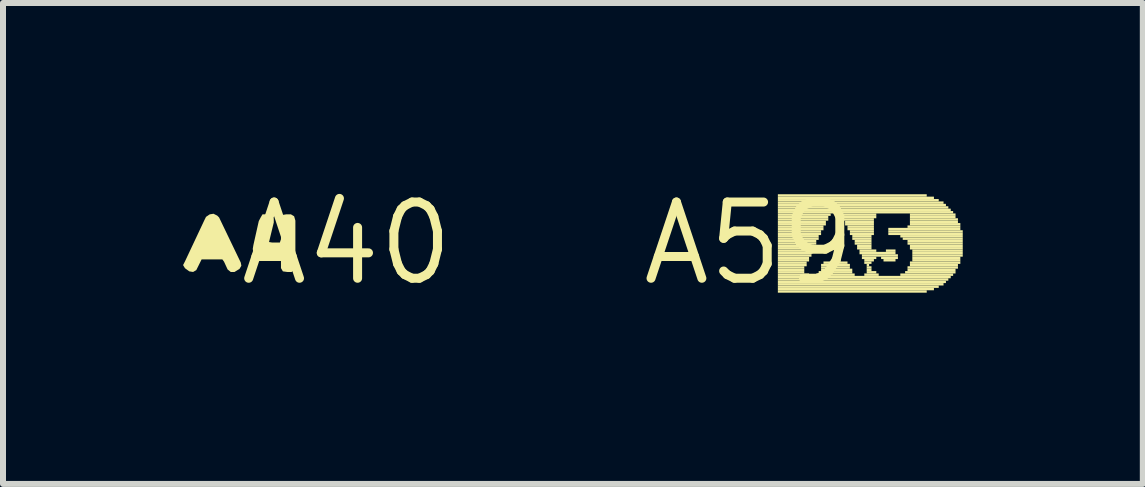
<source format=kicad_pcb>
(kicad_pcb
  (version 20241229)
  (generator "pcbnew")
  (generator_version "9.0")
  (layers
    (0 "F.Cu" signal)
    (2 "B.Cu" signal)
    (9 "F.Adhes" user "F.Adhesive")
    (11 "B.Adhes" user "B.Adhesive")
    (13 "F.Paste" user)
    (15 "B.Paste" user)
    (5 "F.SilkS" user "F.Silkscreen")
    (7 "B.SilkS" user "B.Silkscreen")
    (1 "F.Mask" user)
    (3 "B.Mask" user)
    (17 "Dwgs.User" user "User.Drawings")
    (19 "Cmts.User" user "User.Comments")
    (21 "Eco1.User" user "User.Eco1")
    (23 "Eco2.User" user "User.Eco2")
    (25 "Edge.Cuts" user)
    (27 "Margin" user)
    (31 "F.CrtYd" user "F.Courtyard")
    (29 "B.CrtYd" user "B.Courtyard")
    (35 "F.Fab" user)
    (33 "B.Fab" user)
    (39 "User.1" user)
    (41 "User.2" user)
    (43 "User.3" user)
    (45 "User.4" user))
  (footprint "A59"
    (layer "F.Cu")
    (at 9.429 1.006)
    (property "Reference" "A59" (at 0 0 0) (layer "F.SilkS") (effects (font (size 1.27 1.27) (thickness 0.15))))
    (fp_poly (pts (xy 0.48 -0.78) (xy 2.96 -0.78) (xy 2.96 -0.82) (xy 0.48 -0.82)) (stroke (width 0) (type default)) (fill yes) (layer "F.SilkS"))
    (fp_poly (pts (xy 0.48 -0.74) (xy 3.08 -0.74) (xy 3.08 -0.78) (xy 0.48 -0.78)) (stroke (width 0) (type default)) (fill yes) (layer "F.SilkS"))
    (fp_poly (pts (xy 0.48 -0.7) (xy 3.16 -0.7) (xy 3.16 -0.74) (xy 0.48 -0.74)) (stroke (width 0) (type default)) (fill yes) (layer "F.SilkS"))
    (fp_poly (pts (xy 0.48 -0.66) (xy 3.24 -0.66) (xy 3.24 -0.7) (xy 0.48 -0.7)) (stroke (width 0) (type default)) (fill yes) (layer "F.SilkS"))
    (fp_poly (pts (xy 0.48 -0.62) (xy 3.28 -0.62) (xy 3.28 -0.66) (xy 0.48 -0.66)) (stroke (width 0) (type default)) (fill yes) (layer "F.SilkS"))
    (fp_poly (pts (xy 0.48 -0.58) (xy 3.32 -0.58) (xy 3.32 -0.62) (xy 0.48 -0.62)) (stroke (width 0) (type default)) (fill yes) (layer "F.SilkS"))
    (fp_poly (pts (xy 0.48 -0.54) (xy 3.36 -0.54) (xy 3.36 -0.58) (xy 0.48 -0.58)) (stroke (width 0) (type default)) (fill yes) (layer "F.SilkS"))
    (fp_poly (pts (xy 0.48 -0.5) (xy 3.4 -0.5) (xy 3.4 -0.54) (xy 0.48 -0.54)) (stroke (width 0) (type default)) (fill yes) (layer "F.SilkS"))
    (fp_poly (pts (xy 0.48 -0.46) (xy 1.36 -0.46) (xy 1.36 -0.5) (xy 0.48 -0.5)) (stroke (width 0) (type default)) (fill yes) (layer "F.SilkS"))
    (fp_poly (pts (xy 0.48 -0.42) (xy 1.32 -0.42) (xy 1.32 -0.46) (xy 0.48 -0.46)) (stroke (width 0) (type default)) (fill yes) (layer "F.SilkS"))
    (fp_poly (pts (xy 0.48 -0.38) (xy 1.32 -0.38) (xy 1.32 -0.42) (xy 0.48 -0.42)) (stroke (width 0) (type default)) (fill yes) (layer "F.SilkS"))
    (fp_poly (pts (xy 0.48 -0.34) (xy 1.28 -0.34) (xy 1.28 -0.38) (xy 0.48 -0.38)) (stroke (width 0) (type default)) (fill yes) (layer "F.SilkS"))
    (fp_poly (pts (xy 0.48 -0.3) (xy 1.28 -0.3) (xy 1.28 -0.34) (xy 0.48 -0.34)) (stroke (width 0) (type default)) (fill yes) (layer "F.SilkS"))
    (fp_poly (pts (xy 0.48 -0.26) (xy 1.24 -0.26) (xy 1.24 -0.3) (xy 0.48 -0.3)) (stroke (width 0) (type default)) (fill yes) (layer "F.SilkS"))
    (fp_poly (pts (xy 0.48 -0.22) (xy 1.24 -0.22) (xy 1.24 -0.26) (xy 0.48 -0.26)) (stroke (width 0) (type default)) (fill yes) (layer "F.SilkS"))
    (fp_poly (pts (xy 0.48 -0.18) (xy 1.2 -0.18) (xy 1.2 -0.22) (xy 0.48 -0.22)) (stroke (width 0) (type default)) (fill yes) (layer "F.SilkS"))
    (fp_poly (pts (xy 0.48 -0.14) (xy 1.2 -0.14) (xy 1.2 -0.18) (xy 0.48 -0.18)) (stroke (width 0) (type default)) (fill yes) (layer "F.SilkS"))
    (fp_poly (pts (xy 0.48 -0.1) (xy 1.16 -0.1) (xy 1.16 -0.14) (xy 0.48 -0.14)) (stroke (width 0) (type default)) (fill yes) (layer "F.SilkS"))
    (fp_poly (pts (xy 0.48 -0.06) (xy 1.16 -0.06) (xy 1.16 -0.1) (xy 0.48 -0.1)) (stroke (width 0) (type default)) (fill yes) (layer "F.SilkS"))
    (fp_poly (pts (xy 0.48 -0.02) (xy 1.12 -0.02) (xy 1.12 -0.06) (xy 0.48 -0.06)) (stroke (width 0) (type default)) (fill yes) (layer "F.SilkS"))
    (fp_poly (pts (xy 0.48 0.02) (xy 1.12 0.02) (xy 1.12 -0.02) (xy 0.48 -0.02)) (stroke (width 0) (type default)) (fill yes) (layer "F.SilkS"))
    (fp_poly (pts (xy 0.48 0.06) (xy 1.08 0.06) (xy 1.08 0.02) (xy 0.48 0.02)) (stroke (width 0) (type default)) (fill yes) (layer "F.SilkS"))
    (fp_poly (pts (xy 0.48 0.1) (xy 1.08 0.1) (xy 1.08 0.06) (xy 0.48 0.06)) (stroke (width 0) (type default)) (fill yes) (layer "F.SilkS"))
    (fp_poly (pts (xy 0.48 0.14) (xy 1.08 0.14) (xy 1.08 0.1) (xy 0.48 0.1)) (stroke (width 0) (type default)) (fill yes) (layer "F.SilkS"))
    (fp_poly (pts (xy 0.48 0.18) (xy 1.04 0.18) (xy 1.04 0.14) (xy 0.48 0.14)) (stroke (width 0) (type default)) (fill yes) (layer "F.SilkS"))
    (fp_poly (pts (xy 0.48 0.22) (xy 1.04 0.22) (xy 1.04 0.18) (xy 0.48 0.18)) (stroke (width 0) (type default)) (fill yes) (layer "F.SilkS"))
    (fp_poly (pts (xy 0.48 0.26) (xy 1 0.26) (xy 1 0.22) (xy 0.48 0.22)) (stroke (width 0) (type default)) (fill yes) (layer "F.SilkS"))
    (fp_poly (pts (xy 0.48 0.3) (xy 1 0.3) (xy 1 0.26) (xy 0.48 0.26)) (stroke (width 0) (type default)) (fill yes) (layer "F.SilkS"))
    (fp_poly (pts (xy 0.48 0.34) (xy 0.96 0.34) (xy 0.96 0.3) (xy 0.48 0.3)) (stroke (width 0) (type default)) (fill yes) (layer "F.SilkS"))
    (fp_poly (pts (xy 0.48 0.38) (xy 0.96 0.38) (xy 0.96 0.34) (xy 0.48 0.34)) (stroke (width 0) (type default)) (fill yes) (layer "F.SilkS"))
    (fp_poly (pts (xy 0.48 0.42) (xy 0.92 0.42) (xy 0.92 0.38) (xy 0.48 0.38)) (stroke (width 0) (type default)) (fill yes) (layer "F.SilkS"))
    (fp_poly (pts (xy 0.48 0.46) (xy 0.92 0.46) (xy 0.92 0.42) (xy 0.48 0.42)) (stroke (width 0) (type default)) (fill yes) (layer "F.SilkS"))
    (fp_poly (pts (xy 0.48 0.5) (xy 0.92 0.5) (xy 0.92 0.46) (xy 0.48 0.46)) (stroke (width 0) (type default)) (fill yes) (layer "F.SilkS"))
    (fp_poly (pts (xy 0.48 0.54) (xy 1 0.54) (xy 1 0.5) (xy 0.48 0.5)) (stroke (width 0) (type default)) (fill yes) (layer "F.SilkS"))
    (fp_poly (pts (xy 0.48 0.58) (xy 3.36 0.58) (xy 3.36 0.54) (xy 0.48 0.54)) (stroke (width 0) (type default)) (fill yes) (layer "F.SilkS"))
    (fp_poly (pts (xy 0.48 0.62) (xy 3.32 0.62) (xy 3.32 0.58) (xy 0.48 0.58)) (stroke (width 0) (type default)) (fill yes) (layer "F.SilkS"))
    (fp_poly (pts (xy 0.48 0.66) (xy 3.28 0.66) (xy 3.28 0.62) (xy 0.48 0.62)) (stroke (width 0) (type default)) (fill yes) (layer "F.SilkS"))
    (fp_poly (pts (xy 0.48 0.7) (xy 3.24 0.7) (xy 3.24 0.66) (xy 0.48 0.66)) (stroke (width 0) (type default)) (fill yes) (layer "F.SilkS"))
    (fp_poly (pts (xy 0.48 0.74) (xy 3.16 0.74) (xy 3.16 0.7) (xy 0.48 0.7)) (stroke (width 0) (type default)) (fill yes) (layer "F.SilkS"))
    (fp_poly (pts (xy 0.48 0.78) (xy 3.08 0.78) (xy 3.08 0.74) (xy 0.48 0.74)) (stroke (width 0) (type default)) (fill yes) (layer "F.SilkS"))
    (fp_poly (pts (xy 0.48 0.82) (xy 2.96 0.82) (xy 2.96 0.78) (xy 0.48 0.78)) (stroke (width 0) (type default)) (fill yes) (layer "F.SilkS"))
    (fp_poly (pts (xy 1.12 0.54) (xy 1.76 0.54) (xy 1.76 0.5) (xy 1.12 0.5)) (stroke (width 0) (type default)) (fill yes) (layer "F.SilkS"))
    (fp_poly (pts (xy 1.16 0.5) (xy 1.72 0.5) (xy 1.72 0.46) (xy 1.16 0.46)) (stroke (width 0) (type default)) (fill yes) (layer "F.SilkS"))
    (fp_poly (pts (xy 1.2 0.38) (xy 1.68 0.38) (xy 1.68 0.34) (xy 1.2 0.34)) (stroke (width 0) (type default)) (fill yes) (layer "F.SilkS"))
    (fp_poly (pts (xy 1.2 0.42) (xy 1.68 0.42) (xy 1.68 0.38) (xy 1.2 0.38)) (stroke (width 0) (type default)) (fill yes) (layer "F.SilkS"))
    (fp_poly (pts (xy 1.2 0.46) (xy 1.72 0.46) (xy 1.72 0.42) (xy 1.2 0.42)) (stroke (width 0) (type default)) (fill yes) (layer "F.SilkS"))
    (fp_poly (pts (xy 1.24 0.34) (xy 1.64 0.34) (xy 1.64 0.3) (xy 1.24 0.3)) (stroke (width 0) (type default)) (fill yes) (layer "F.SilkS"))
    (fp_poly (pts (xy 1.36 0.06) (xy 1.52 0.06) (xy 1.52 0.02) (xy 1.36 0.02)) (stroke (width 0) (type default)) (fill yes) (layer "F.SilkS"))
    (fp_poly (pts (xy 1.36 0.1) (xy 1.52 0.1) (xy 1.52 0.06) (xy 1.36 0.06)) (stroke (width 0) (type default)) (fill yes) (layer "F.SilkS"))
    (fp_poly (pts (xy 1.4 -0.02) (xy 1.48 -0.02) (xy 1.48 -0.06) (xy 1.4 -0.06)) (stroke (width 0) (type default)) (fill yes) (layer "F.SilkS"))
    (fp_poly (pts (xy 1.4 0.02) (xy 1.48 0.02) (xy 1.48 -0.02) (xy 1.4 -0.02)) (stroke (width 0) (type default)) (fill yes) (layer "F.SilkS"))
    (fp_poly (pts (xy 1.52 -0.46) (xy 2.12 -0.46) (xy 2.12 -0.5) (xy 1.52 -0.5)) (stroke (width 0) (type default)) (fill yes) (layer "F.SilkS"))
    (fp_poly (pts (xy 1.56 -0.42) (xy 2.12 -0.42) (xy 2.12 -0.46) (xy 1.56 -0.46)) (stroke (width 0) (type default)) (fill yes) (layer "F.SilkS"))
    (fp_poly (pts (xy 1.56 -0.38) (xy 2.08 -0.38) (xy 2.08 -0.42) (xy 1.56 -0.42)) (stroke (width 0) (type default)) (fill yes) (layer "F.SilkS"))
    (fp_poly (pts (xy 1.6 -0.34) (xy 2.08 -0.34) (xy 2.08 -0.38) (xy 1.6 -0.38)) (stroke (width 0) (type default)) (fill yes) (layer "F.SilkS"))
    (fp_poly (pts (xy 1.6 -0.3) (xy 2.08 -0.3) (xy 2.08 -0.34) (xy 1.6 -0.34)) (stroke (width 0) (type default)) (fill yes) (layer "F.SilkS"))
    (fp_poly (pts (xy 1.64 -0.26) (xy 2.08 -0.26) (xy 2.08 -0.3) (xy 1.64 -0.3)) (stroke (width 0) (type default)) (fill yes) (layer "F.SilkS"))
    (fp_poly (pts (xy 1.64 -0.22) (xy 2.08 -0.22) (xy 2.08 -0.26) (xy 1.64 -0.26)) (stroke (width 0) (type default)) (fill yes) (layer "F.SilkS"))
    (fp_poly (pts (xy 1.68 -0.18) (xy 2.08 -0.18) (xy 2.08 -0.22) (xy 1.68 -0.22)) (stroke (width 0) (type default)) (fill yes) (layer "F.SilkS"))
    (fp_poly (pts (xy 1.68 -0.14) (xy 2.08 -0.14) (xy 2.08 -0.18) (xy 1.68 -0.18)) (stroke (width 0) (type default)) (fill yes) (layer "F.SilkS"))
    (fp_poly (pts (xy 1.72 -0.1) (xy 2.04 -0.1) (xy 2.04 -0.14) (xy 1.72 -0.14)) (stroke (width 0) (type default)) (fill yes) (layer "F.SilkS"))
    (fp_poly (pts (xy 1.72 -0.06) (xy 2.04 -0.06) (xy 2.04 -0.1) (xy 1.72 -0.1)) (stroke (width 0) (type default)) (fill yes) (layer "F.SilkS"))
    (fp_poly (pts (xy 1.76 -0.02) (xy 2.04 -0.02) (xy 2.04 -0.06) (xy 1.76 -0.06)) (stroke (width 0) (type default)) (fill yes) (layer "F.SilkS"))
    (fp_poly (pts (xy 1.76 0.02) (xy 2.04 0.02) (xy 2.04 -0.02) (xy 1.76 -0.02)) (stroke (width 0) (type default)) (fill yes) (layer "F.SilkS"))
    (fp_poly (pts (xy 1.8 0.06) (xy 2.04 0.06) (xy 2.04 0.02) (xy 1.8 0.02)) (stroke (width 0) (type default)) (fill yes) (layer "F.SilkS"))
    (fp_poly (pts (xy 1.8 0.1) (xy 2.04 0.1) (xy 2.04 0.06) (xy 1.8 0.06)) (stroke (width 0) (type default)) (fill yes) (layer "F.SilkS"))
    (fp_poly (pts (xy 1.84 0.14) (xy 2.12 0.14) (xy 2.12 0.1) (xy 1.84 0.1)) (stroke (width 0) (type default)) (fill yes) (layer "F.SilkS"))
    (fp_poly (pts (xy 1.84 0.18) (xy 2.44 0.18) (xy 2.44 0.14) (xy 1.84 0.14)) (stroke (width 0) (type default)) (fill yes) (layer "F.SilkS"))
    (fp_poly (pts (xy 1.88 0.22) (xy 2.48 0.22) (xy 2.48 0.18) (xy 1.88 0.18)) (stroke (width 0) (type default)) (fill yes) (layer "F.SilkS"))
    (fp_poly (pts (xy 1.88 0.26) (xy 2.12 0.26) (xy 2.12 0.22) (xy 1.88 0.22)) (stroke (width 0) (type default)) (fill yes) (layer "F.SilkS"))
    (fp_poly (pts (xy 1.92 0.3) (xy 2.08 0.3) (xy 2.08 0.26) (xy 1.92 0.26)) (stroke (width 0) (type default)) (fill yes) (layer "F.SilkS"))
    (fp_poly (pts (xy 1.92 0.34) (xy 2.04 0.34) (xy 2.04 0.3) (xy 1.92 0.3)) (stroke (width 0) (type default)) (fill yes) (layer "F.SilkS"))
    (fp_poly (pts (xy 1.92 0.54) (xy 2.16 0.54) (xy 2.16 0.5) (xy 1.92 0.5)) (stroke (width 0) (type default)) (fill yes) (layer "F.SilkS"))
    (fp_poly (pts (xy 1.96 0.38) (xy 2 0.38) (xy 2 0.34) (xy 1.96 0.34)) (stroke (width 0) (type default)) (fill yes) (layer "F.SilkS"))
    (fp_poly (pts (xy 1.96 0.42) (xy 2.04 0.42) (xy 2.04 0.38) (xy 1.96 0.38)) (stroke (width 0) (type default)) (fill yes) (layer "F.SilkS"))
    (fp_poly (pts (xy 1.96 0.46) (xy 2.04 0.46) (xy 2.04 0.42) (xy 1.96 0.42)) (stroke (width 0) (type default)) (fill yes) (layer "F.SilkS"))
    (fp_poly (pts (xy 1.96 0.5) (xy 2.12 0.5) (xy 2.12 0.46) (xy 1.96 0.46)) (stroke (width 0) (type default)) (fill yes) (layer "F.SilkS"))
    (fp_poly (pts (xy 2.2 0.26) (xy 2.48 0.26) (xy 2.48 0.22) (xy 2.2 0.22)) (stroke (width 0) (type default)) (fill yes) (layer "F.SilkS"))
    (fp_poly (pts (xy 2.24 0.3) (xy 2.44 0.3) (xy 2.44 0.26) (xy 2.24 0.26)) (stroke (width 0) (type default)) (fill yes) (layer "F.SilkS"))
    (fp_poly (pts (xy 2.28 0.14) (xy 2.44 0.14) (xy 2.44 0.1) (xy 2.28 0.1)) (stroke (width 0) (type default)) (fill yes) (layer "F.SilkS"))
    (fp_poly (pts (xy 2.32 -0.22) (xy 3.52 -0.22) (xy 3.52 -0.26) (xy 2.32 -0.26)) (stroke (width 0) (type default)) (fill yes) (layer "F.SilkS"))
    (fp_poly (pts (xy 2.32 -0.18) (xy 3.56 -0.18) (xy 3.56 -0.22) (xy 2.32 -0.22)) (stroke (width 0) (type default)) (fill yes) (layer "F.SilkS"))
    (fp_poly (pts (xy 2.32 -0.14) (xy 3.56 -0.14) (xy 3.56 -0.18) (xy 2.32 -0.18)) (stroke (width 0) (type default)) (fill yes) (layer "F.SilkS"))
    (fp_poly (pts (xy 2.52 -0.1) (xy 3.56 -0.1) (xy 3.56 -0.14) (xy 2.52 -0.14)) (stroke (width 0) (type default)) (fill yes) (layer "F.SilkS"))
    (fp_poly (pts (xy 2.52 0.54) (xy 3.4 0.54) (xy 3.4 0.5) (xy 2.52 0.5)) (stroke (width 0) (type default)) (fill yes) (layer "F.SilkS"))
    (fp_poly (pts (xy 2.56 -0.06) (xy 3.56 -0.06) (xy 3.56 -0.1) (xy 2.56 -0.1)) (stroke (width 0) (type default)) (fill yes) (layer "F.SilkS"))
    (fp_poly (pts (xy 2.6 0.5) (xy 3.44 0.5) (xy 3.44 0.46) (xy 2.6 0.46)) (stroke (width 0) (type default)) (fill yes) (layer "F.SilkS"))
    (fp_poly (pts (xy 2.64 -0.26) (xy 3.52 -0.26) (xy 3.52 -0.3) (xy 2.64 -0.3)) (stroke (width 0) (type default)) (fill yes) (layer "F.SilkS"))
    (fp_poly (pts (xy 2.64 -0.02) (xy 3.56 -0.02) (xy 3.56 -0.06) (xy 2.64 -0.06)) (stroke (width 0) (type default)) (fill yes) (layer "F.SilkS"))
    (fp_poly (pts (xy 2.64 0.02) (xy 3.56 0.02) (xy 3.56 -0.02) (xy 2.64 -0.02)) (stroke (width 0) (type default)) (fill yes) (layer "F.SilkS"))
    (fp_poly (pts (xy 2.64 0.42) (xy 3.48 0.42) (xy 3.48 0.38) (xy 2.64 0.38)) (stroke (width 0) (type default)) (fill yes) (layer "F.SilkS"))
    (fp_poly (pts (xy 2.64 0.46) (xy 3.44 0.46) (xy 3.44 0.42) (xy 2.64 0.42)) (stroke (width 0) (type default)) (fill yes) (layer "F.SilkS"))
    (fp_poly (pts (xy 2.68 -0.46) (xy 3.44 -0.46) (xy 3.44 -0.5) (xy 2.68 -0.5)) (stroke (width 0) (type default)) (fill yes) (layer "F.SilkS"))
    (fp_poly (pts (xy 2.68 -0.42) (xy 3.44 -0.42) (xy 3.44 -0.46) (xy 2.68 -0.46)) (stroke (width 0) (type default)) (fill yes) (layer "F.SilkS"))
    (fp_poly (pts (xy 2.68 -0.38) (xy 3.48 -0.38) (xy 3.48 -0.42) (xy 2.68 -0.42)) (stroke (width 0) (type default)) (fill yes) (layer "F.SilkS"))
    (fp_poly (pts (xy 2.68 -0.34) (xy 3.48 -0.34) (xy 3.48 -0.38) (xy 2.68 -0.38)) (stroke (width 0) (type default)) (fill yes) (layer "F.SilkS"))
    (fp_poly (pts (xy 2.68 -0.3) (xy 3.52 -0.3) (xy 3.52 -0.34) (xy 2.68 -0.34)) (stroke (width 0) (type default)) (fill yes) (layer "F.SilkS"))
    (fp_poly (pts (xy 2.68 0.06) (xy 3.56 0.06) (xy 3.56 0.02) (xy 2.68 0.02)) (stroke (width 0) (type default)) (fill yes) (layer "F.SilkS"))
    (fp_poly (pts (xy 2.68 0.1) (xy 3.56 0.1) (xy 3.56 0.06) (xy 2.68 0.06)) (stroke (width 0) (type default)) (fill yes) (layer "F.SilkS"))
    (fp_poly (pts (xy 2.68 0.34) (xy 3.52 0.34) (xy 3.52 0.3) (xy 2.68 0.3)) (stroke (width 0) (type default)) (fill yes) (layer "F.SilkS"))
    (fp_poly (pts (xy 2.68 0.38) (xy 3.48 0.38) (xy 3.48 0.34) (xy 2.68 0.34)) (stroke (width 0) (type default)) (fill yes) (layer "F.SilkS"))
    (fp_poly (pts (xy 2.72 0.14) (xy 3.56 0.14) (xy 3.56 0.1) (xy 2.72 0.1)) (stroke (width 0) (type default)) (fill yes) (layer "F.SilkS"))
    (fp_poly (pts (xy 2.72 0.18) (xy 3.56 0.18) (xy 3.56 0.14) (xy 2.72 0.14)) (stroke (width 0) (type default)) (fill yes) (layer "F.SilkS"))
    (fp_poly (pts (xy 2.72 0.22) (xy 3.56 0.22) (xy 3.56 0.18) (xy 2.72 0.18)) (stroke (width 0) (type default)) (fill yes) (layer "F.SilkS"))
    (fp_poly (pts (xy 2.72 0.26) (xy 3.52 0.26) (xy 3.52 0.22) (xy 2.72 0.22)) (stroke (width 0) (type default)) (fill yes) (layer "F.SilkS"))
    (fp_poly (pts (xy 2.72 0.3) (xy 3.52 0.3) (xy 3.52 0.26) (xy 2.72 0.26)) (stroke (width 0) (type default)) (fill yes) (layer "F.SilkS")))
  (footprint "A40"
    (layer "F.Cu")
    (at 2.726 1.006)
    (property "Reference" "A40" (at 0 0 0) (layer "F.SilkS") (effects (font (size 1.27 1.27) (thickness 0.15))))
    (fp_poly (pts (xy -2.157 -0.464) (xy -2.126 -0.433) (xy -1.765 0.318) (xy -1.755 0.371) (xy -1.786 0.424) (xy -1.869 0.475) (xy -1.932 0.475) (xy -1.984 0.433) (xy -2.044 0.303) (xy -2.072 0.265) (xy -2.417 0.265) (xy -2.506 0.444) (xy -2.559 0.475) (xy -2.622 0.465) (xy -2.694 0.413) (xy -2.726 0.36) (xy -2.694 0.298) (xy -2.374 -0.382) (xy -2.344 -0.443) (xy -2.282 -0.485) (xy -2.219 -0.495)) (stroke (width 0) (type default)) (fill yes) (layer "F.SilkS"))
    (fp_poly (pts (xy -1.257 -0.464) (xy -1.215 -0.412) (xy -1.215 -0.349) (xy -1.294 -0.024) (xy -1.24 -0.015) (xy -1.114 -0.015) (xy -1.095 -0.071) (xy -1.095 -0.411) (xy -1.074 -0.474) (xy -1.01 -0.485) (xy -0.929 -0.485) (xy -0.876 -0.453) (xy -0.855 -0.381) (xy -0.855 0.36) (xy -0.865 0.433) (xy -0.918 0.475) (xy -0.99 0.475) (xy -1.063 0.465) (xy -1.095 0.411) (xy -1.095 0.205) (xy -1.42 0.205) (xy -1.502 0.195) (xy -1.555 0.163) (xy -1.565 0.09) (xy -1.555 0.029) (xy -1.465 -0.372) (xy -1.434 -0.432) (xy -1.403 -0.485) (xy -1.329 -0.485)) (stroke (width 0) (type default)) (fill yes) (layer "F.SilkS")))
  (gr_rect
    (start -3 -3)
    (end 15.989 5.012)
    (stroke (width 0.1) (type default))
    (fill no)
    (layer "Edge.Cuts")))
</source>
